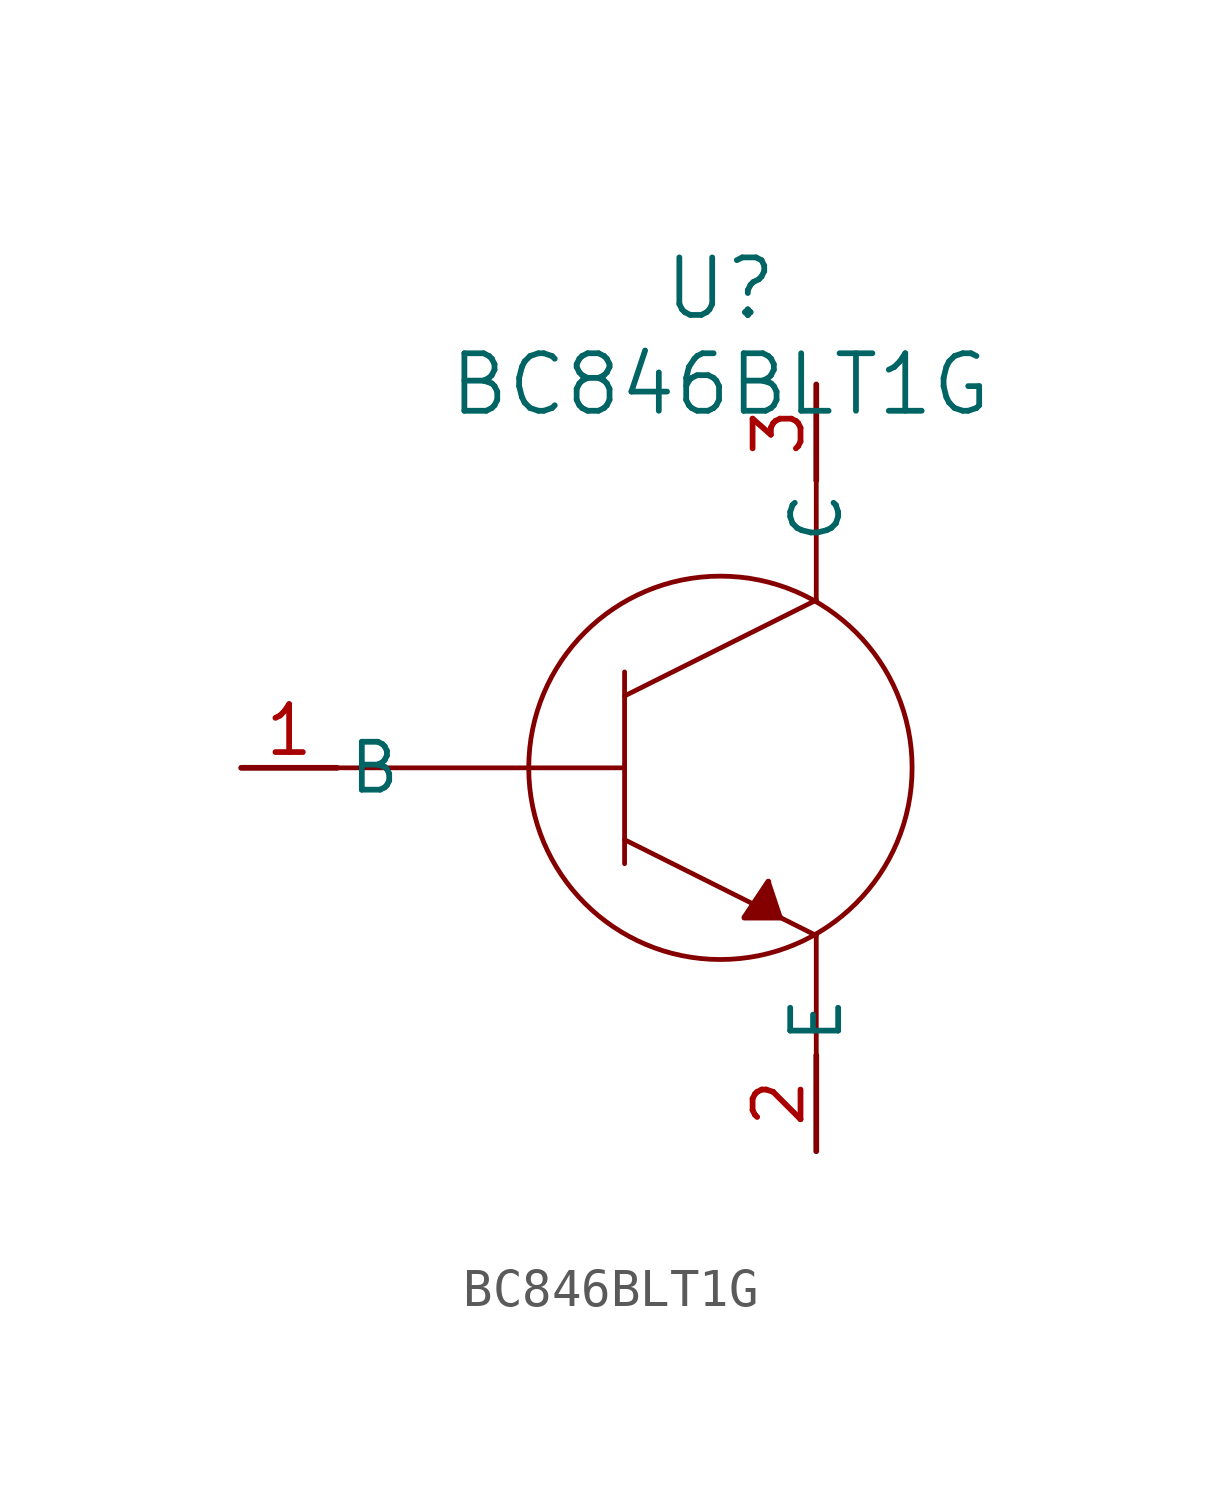
<source format=kicad_sym>
(kicad_symbol_lib
  (version 20241209)
  (generator "kicad_symbol_editor")
  (generator_version "9.0")
  (symbol "BC846BLT1G"
    (pin_names
      (offset 0.254))
    (property "Reference" "U"
      (at -10.16 20.32 0)
      (effects (font (size 1.524 1.524))))
    (property "Value" "BC846BLT1G"
      (at -10.16 17.78 0)
      (effects (font (size 1.524 1.524))))
    (symbol "BC846BLT1G_0_1"
      (polyline (pts (xy -20.32 7.62) (xy -12.7 7.62)) (stroke (width 0.127) (type default)) (fill (type none)))
      (polyline (pts (xy -12.7 9.525) (xy -7.62 12.065)) (stroke (width 0.127) (type default)) (fill (type none)))
      (polyline (pts (xy -12.7 5.715) (xy -7.62 3.175)) (stroke (width 0.127) (type default)) (fill (type none)))
      (polyline (pts (xy -12.7 5.08) (xy -12.7 10.16)) (stroke (width 0.127) (type default)) (fill (type none)))
      (circle (center -10.16 7.62) (radius 5.08) (stroke (width 0.127) (type default)) (fill (type none)))
      (polyline (pts (xy -8.89 4.604) (xy -9.525 3.651)) (stroke (width 0.127) (type default)) (fill (type none)))
      (polyline (pts (xy -8.89 4.604) (xy -8.572 3.651)) (stroke (width 0.127) (type default)) (fill (type none)))
      (polyline (pts (xy -8.572 3.651) (xy -9.525 3.651)) (stroke (width 0.127) (type default)) (fill (type none)))
      (polyline (pts (xy -8.572 3.651) (xy -9.525 3.651) (xy -8.89 4.604)) (stroke (width 0) (type default)) (fill (type outline)))
      (polyline (pts (xy -7.62 15.24) (xy -7.62 12.065)) (stroke (width 0.127) (type default)) (fill (type none)))
      (polyline (pts (xy -7.62 0) (xy -7.62 3.175)) (stroke (width 0.127) (type default)) (fill (type none))))
    (symbol "BC846BLT1G_1_1"
      (pin passive line (at -22.86 7.62 0) (length 2.54) (name "B" (effects (font (size 1.27 1.27)))) (number "1" (effects (font (size 1.27 1.27)))))
      (pin passive line (at -7.62 17.78 270) (length 2.54) (name "C" (effects (font (size 1.27 1.27)))) (number "3" (effects (font (size 1.27 1.27)))))
      (pin passive line (at -7.62 -2.54 90) (length 2.54) (name "E" (effects (font (size 1.27 1.27)))) (number "2" (effects (font (size 1.27 1.27))))))))
</source>
